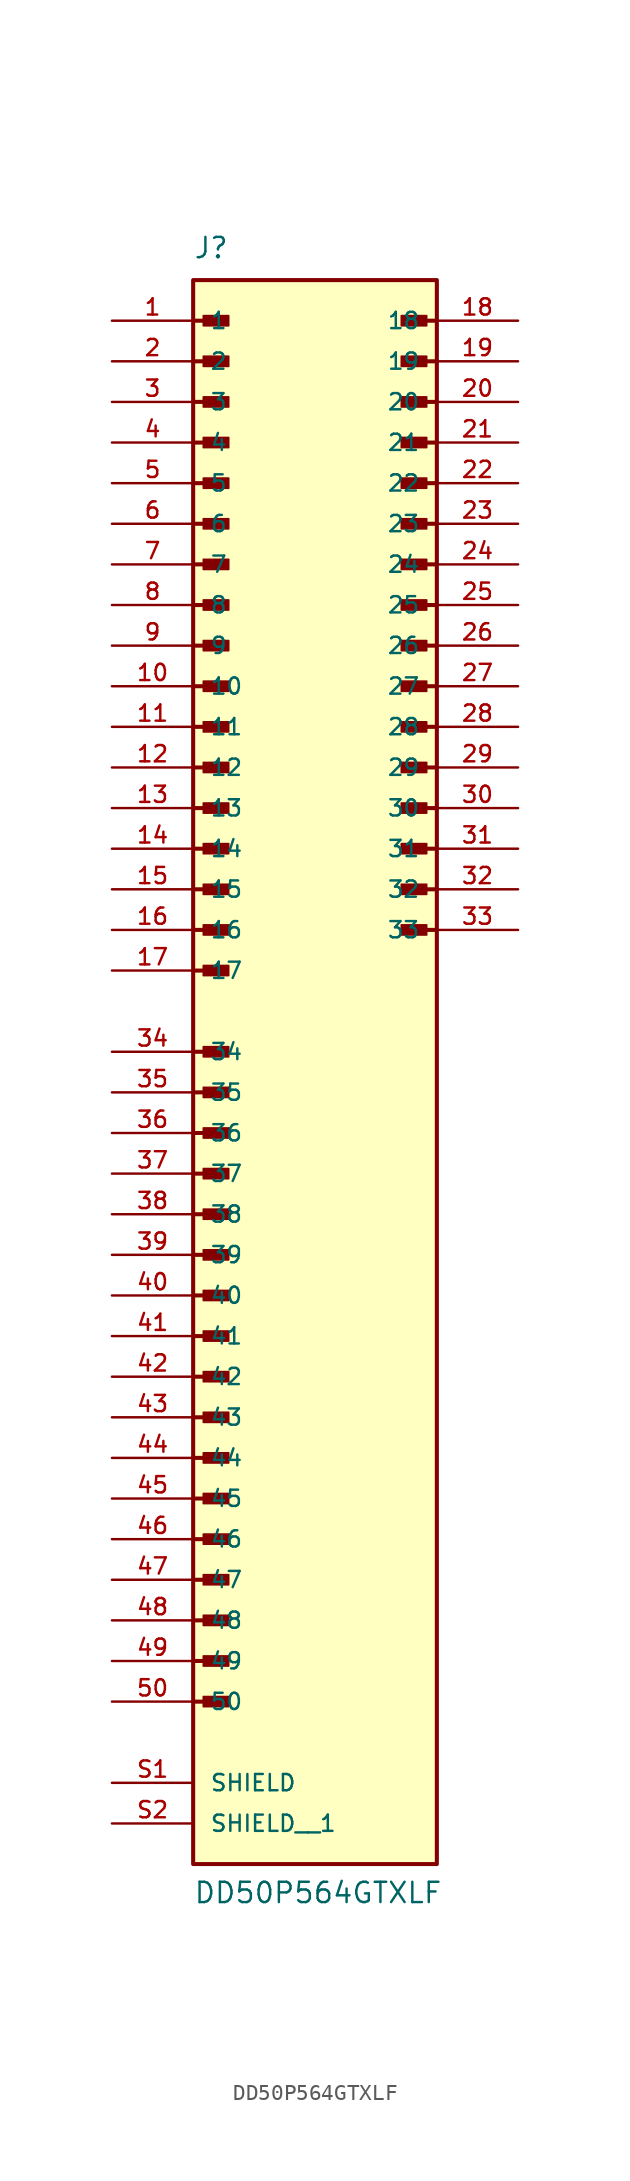
<source format=kicad_sym>
(kicad_symbol_lib
  (version 20231120)
  (generator "kicad_symbol_editor")
  (generator_version "8.0")
  (symbol "DD50P564GTXLF"
    (pin_names
      (offset 1.016))
    (property "Reference" "J"
      (at -7.62 49.53 0)
      (effects (font (size 1.27 1.27)) (justify left bottom)))
    (property "Value" "DD50P564GTXLF"
      (at -7.62 -53.34 0)
      (effects (font (size 1.27 1.27)) (justify left bottom)))
    (symbol "DD50P564GTXLF_0_0"
      (rectangle (start -7.62 -50.8) (end 7.62 48.26) (stroke (width 0.254) (type default)) (fill (type background)))
      (rectangle (start -6.985 -40.958) (end -5.397 -40.322) (stroke (width 0.1) (type default)) (fill (type outline)))
      (rectangle (start -6.985 -38.417) (end -5.397 -37.782) (stroke (width 0.1) (type default)) (fill (type outline)))
      (rectangle (start -6.985 -35.877) (end -5.397 -35.242) (stroke (width 0.1) (type default)) (fill (type outline)))
      (rectangle (start -6.985 -33.337) (end -5.397 -32.703) (stroke (width 0.1) (type default)) (fill (type outline)))
      (rectangle (start -6.985 -30.797) (end -5.397 -30.163) (stroke (width 0.1) (type default)) (fill (type outline)))
      (rectangle (start -6.985 -28.258) (end -5.397 -27.622) (stroke (width 0.1) (type default)) (fill (type outline)))
      (rectangle (start -6.985 -25.718) (end -5.397 -25.082) (stroke (width 0.1) (type default)) (fill (type outline)))
      (rectangle (start -6.985 -23.177) (end -5.397 -22.543) (stroke (width 0.1) (type default)) (fill (type outline)))
      (rectangle (start -6.985 -20.637) (end -5.397 -20.003) (stroke (width 0.1) (type default)) (fill (type outline)))
      (rectangle (start -6.985 -18.098) (end -5.397 -17.462) (stroke (width 0.1) (type default)) (fill (type outline)))
      (rectangle (start -6.985 -15.557) (end -5.397 -14.922) (stroke (width 0.1) (type default)) (fill (type outline)))
      (rectangle (start -6.985 -13.018) (end -5.397 -12.383) (stroke (width 0.1) (type default)) (fill (type outline)))
      (rectangle (start -6.985 -10.477) (end -5.397 -9.842) (stroke (width 0.1) (type default)) (fill (type outline)))
      (rectangle (start -6.985 -7.938) (end -5.397 -7.303) (stroke (width 0.1) (type default)) (fill (type outline)))
      (rectangle (start -6.985 -5.397) (end -5.397 -4.763) (stroke (width 0.1) (type default)) (fill (type outline)))
      (rectangle (start -6.985 -2.857) (end -5.397 -2.223) (stroke (width 0.1) (type default)) (fill (type outline)))
      (rectangle (start -6.985 -0.318) (end -5.397 0.318) (stroke (width 0.1) (type default)) (fill (type outline)))
      (rectangle (start -6.985 4.763) (end -5.397 5.397) (stroke (width 0.1) (type default)) (fill (type outline)))
      (rectangle (start -6.985 7.303) (end -5.397 7.938) (stroke (width 0.1) (type default)) (fill (type outline)))
      (rectangle (start -6.985 9.842) (end -5.397 10.477) (stroke (width 0.1) (type default)) (fill (type outline)))
      (rectangle (start -6.985 12.383) (end -5.397 13.018) (stroke (width 0.1) (type default)) (fill (type outline)))
      (rectangle (start -6.985 14.922) (end -5.397 15.557) (stroke (width 0.1) (type default)) (fill (type outline)))
      (rectangle (start -6.985 17.462) (end -5.397 18.098) (stroke (width 0.1) (type default)) (fill (type outline)))
      (rectangle (start -6.985 20.003) (end -5.397 20.637) (stroke (width 0.1) (type default)) (fill (type outline)))
      (rectangle (start -6.985 22.543) (end -5.397 23.177) (stroke (width 0.1) (type default)) (fill (type outline)))
      (rectangle (start -6.985 25.082) (end -5.397 25.718) (stroke (width 0.1) (type default)) (fill (type outline)))
      (rectangle (start -6.985 27.622) (end -5.397 28.258) (stroke (width 0.1) (type default)) (fill (type outline)))
      (rectangle (start -6.985 30.163) (end -5.397 30.797) (stroke (width 0.1) (type default)) (fill (type outline)))
      (rectangle (start -6.985 32.703) (end -5.397 33.337) (stroke (width 0.1) (type default)) (fill (type outline)))
      (rectangle (start -6.985 35.242) (end -5.397 35.877) (stroke (width 0.1) (type default)) (fill (type outline)))
      (rectangle (start -6.985 37.782) (end -5.397 38.417) (stroke (width 0.1) (type default)) (fill (type outline)))
      (rectangle (start -6.985 40.322) (end -5.397 40.958) (stroke (width 0.1) (type default)) (fill (type outline)))
      (rectangle (start -6.985 42.862) (end -5.397 43.498) (stroke (width 0.1) (type default)) (fill (type outline)))
      (rectangle (start -6.985 45.403) (end -5.397 46.038) (stroke (width 0.1) (type default)) (fill (type outline)))
      (polyline (pts (xy -7.62 -40.64) (xy -5.715 -40.64)) (stroke (width 0.254) (type default)) (fill (type none)))
      (polyline (pts (xy -7.62 -38.1) (xy -5.715 -38.1)) (stroke (width 0.254) (type default)) (fill (type none)))
      (polyline (pts (xy -7.62 -35.56) (xy -5.715 -35.56)) (stroke (width 0.254) (type default)) (fill (type none)))
      (polyline (pts (xy -7.62 -33.02) (xy -5.715 -33.02)) (stroke (width 0.254) (type default)) (fill (type none)))
      (polyline (pts (xy -7.62 -30.48) (xy -5.715 -30.48)) (stroke (width 0.254) (type default)) (fill (type none)))
      (polyline (pts (xy -7.62 -27.94) (xy -5.715 -27.94)) (stroke (width 0.254) (type default)) (fill (type none)))
      (polyline (pts (xy -7.62 -25.4) (xy -5.715 -25.4)) (stroke (width 0.254) (type default)) (fill (type none)))
      (polyline (pts (xy -7.62 -22.86) (xy -5.715 -22.86)) (stroke (width 0.254) (type default)) (fill (type none)))
      (polyline (pts (xy -7.62 -20.32) (xy -5.715 -20.32)) (stroke (width 0.254) (type default)) (fill (type none)))
      (polyline (pts (xy -7.62 -17.78) (xy -5.715 -17.78)) (stroke (width 0.254) (type default)) (fill (type none)))
      (polyline (pts (xy -7.62 -15.24) (xy -5.715 -15.24)) (stroke (width 0.254) (type default)) (fill (type none)))
      (polyline (pts (xy -7.62 -12.7) (xy -5.715 -12.7)) (stroke (width 0.254) (type default)) (fill (type none)))
      (polyline (pts (xy -7.62 -10.16) (xy -5.715 -10.16)) (stroke (width 0.254) (type default)) (fill (type none)))
      (polyline (pts (xy -7.62 -7.62) (xy -5.715 -7.62)) (stroke (width 0.254) (type default)) (fill (type none)))
      (polyline (pts (xy -7.62 -5.08) (xy -5.715 -5.08)) (stroke (width 0.254) (type default)) (fill (type none)))
      (polyline (pts (xy -7.62 -2.54) (xy -5.715 -2.54)) (stroke (width 0.254) (type default)) (fill (type none)))
      (polyline (pts (xy -7.62 0) (xy -5.715 0)) (stroke (width 0.254) (type default)) (fill (type none)))
      (polyline (pts (xy -7.62 5.08) (xy -5.715 5.08)) (stroke (width 0.254) (type default)) (fill (type none)))
      (polyline (pts (xy -7.62 7.62) (xy -5.715 7.62)) (stroke (width 0.254) (type default)) (fill (type none)))
      (polyline (pts (xy -7.62 10.16) (xy -5.715 10.16)) (stroke (width 0.254) (type default)) (fill (type none)))
      (polyline (pts (xy -7.62 12.7) (xy -5.715 12.7)) (stroke (width 0.254) (type default)) (fill (type none)))
      (polyline (pts (xy -7.62 15.24) (xy -5.715 15.24)) (stroke (width 0.254) (type default)) (fill (type none)))
      (polyline (pts (xy -7.62 17.78) (xy -5.715 17.78)) (stroke (width 0.254) (type default)) (fill (type none)))
      (polyline (pts (xy -7.62 20.32) (xy -5.715 20.32)) (stroke (width 0.254) (type default)) (fill (type none)))
      (polyline (pts (xy -7.62 22.86) (xy -5.715 22.86)) (stroke (width 0.254) (type default)) (fill (type none)))
      (polyline (pts (xy -7.62 25.4) (xy -5.715 25.4)) (stroke (width 0.254) (type default)) (fill (type none)))
      (polyline (pts (xy -7.62 27.94) (xy -5.715 27.94)) (stroke (width 0.254) (type default)) (fill (type none)))
      (polyline (pts (xy -7.62 30.48) (xy -5.715 30.48)) (stroke (width 0.254) (type default)) (fill (type none)))
      (polyline (pts (xy -7.62 33.02) (xy -5.715 33.02)) (stroke (width 0.254) (type default)) (fill (type none)))
      (polyline (pts (xy -7.62 35.56) (xy -5.715 35.56)) (stroke (width 0.254) (type default)) (fill (type none)))
      (polyline (pts (xy -7.62 38.1) (xy -5.715 38.1)) (stroke (width 0.254) (type default)) (fill (type none)))
      (polyline (pts (xy -7.62 40.64) (xy -5.715 40.64)) (stroke (width 0.254) (type default)) (fill (type none)))
      (polyline (pts (xy -7.62 43.18) (xy -5.715 43.18)) (stroke (width 0.254) (type default)) (fill (type none)))
      (polyline (pts (xy -7.62 45.72) (xy -5.715 45.72)) (stroke (width 0.254) (type default)) (fill (type none)))
      (polyline (pts (xy 7.62 7.62) (xy 5.715 7.62)) (stroke (width 0.254) (type default)) (fill (type none)))
      (polyline (pts (xy 7.62 10.16) (xy 5.715 10.16)) (stroke (width 0.254) (type default)) (fill (type none)))
      (polyline (pts (xy 7.62 12.7) (xy 5.715 12.7)) (stroke (width 0.254) (type default)) (fill (type none)))
      (polyline (pts (xy 7.62 15.24) (xy 5.715 15.24)) (stroke (width 0.254) (type default)) (fill (type none)))
      (polyline (pts (xy 7.62 17.78) (xy 5.715 17.78)) (stroke (width 0.254) (type default)) (fill (type none)))
      (polyline (pts (xy 7.62 20.32) (xy 5.715 20.32)) (stroke (width 0.254) (type default)) (fill (type none)))
      (polyline (pts (xy 7.62 22.86) (xy 5.715 22.86)) (stroke (width 0.254) (type default)) (fill (type none)))
      (polyline (pts (xy 7.62 25.4) (xy 5.715 25.4)) (stroke (width 0.254) (type default)) (fill (type none)))
      (polyline (pts (xy 7.62 27.94) (xy 5.715 27.94)) (stroke (width 0.254) (type default)) (fill (type none)))
      (polyline (pts (xy 7.62 30.48) (xy 5.715 30.48)) (stroke (width 0.254) (type default)) (fill (type none)))
      (polyline (pts (xy 7.62 33.02) (xy 5.715 33.02)) (stroke (width 0.254) (type default)) (fill (type none)))
      (polyline (pts (xy 7.62 35.56) (xy 5.715 35.56)) (stroke (width 0.254) (type default)) (fill (type none)))
      (polyline (pts (xy 7.62 38.1) (xy 5.715 38.1)) (stroke (width 0.254) (type default)) (fill (type none)))
      (polyline (pts (xy 7.62 40.64) (xy 5.715 40.64)) (stroke (width 0.254) (type default)) (fill (type none)))
      (polyline (pts (xy 7.62 43.18) (xy 5.715 43.18)) (stroke (width 0.254) (type default)) (fill (type none)))
      (polyline (pts (xy 7.62 45.72) (xy 5.715 45.72)) (stroke (width 0.254) (type default)) (fill (type none)))
      (rectangle (start 5.397 7.303) (end 6.985 7.938) (stroke (width 0.1) (type default)) (fill (type outline)))
      (rectangle (start 5.397 9.842) (end 6.985 10.477) (stroke (width 0.1) (type default)) (fill (type outline)))
      (rectangle (start 5.397 12.383) (end 6.985 13.018) (stroke (width 0.1) (type default)) (fill (type outline)))
      (rectangle (start 5.397 14.922) (end 6.985 15.557) (stroke (width 0.1) (type default)) (fill (type outline)))
      (rectangle (start 5.397 17.462) (end 6.985 18.098) (stroke (width 0.1) (type default)) (fill (type outline)))
      (rectangle (start 5.397 20.003) (end 6.985 20.637) (stroke (width 0.1) (type default)) (fill (type outline)))
      (rectangle (start 5.397 22.543) (end 6.985 23.177) (stroke (width 0.1) (type default)) (fill (type outline)))
      (rectangle (start 5.397 25.082) (end 6.985 25.718) (stroke (width 0.1) (type default)) (fill (type outline)))
      (rectangle (start 5.397 27.622) (end 6.985 28.258) (stroke (width 0.1) (type default)) (fill (type outline)))
      (rectangle (start 5.397 30.163) (end 6.985 30.797) (stroke (width 0.1) (type default)) (fill (type outline)))
      (rectangle (start 5.397 32.703) (end 6.985 33.337) (stroke (width 0.1) (type default)) (fill (type outline)))
      (rectangle (start 5.397 35.242) (end 6.985 35.877) (stroke (width 0.1) (type default)) (fill (type outline)))
      (rectangle (start 5.397 37.782) (end 6.985 38.417) (stroke (width 0.1) (type default)) (fill (type outline)))
      (rectangle (start 5.397 40.322) (end 6.985 40.958) (stroke (width 0.1) (type default)) (fill (type outline)))
      (rectangle (start 5.397 42.862) (end 6.985 43.498) (stroke (width 0.1) (type default)) (fill (type outline)))
      (rectangle (start 5.397 45.403) (end 6.985 46.038) (stroke (width 0.1) (type default)) (fill (type outline)))
      (pin passive line (at -12.7 45.72 0) (length 5.08) (name "1" (effects (font (size 1.016 1.016)))) (number "1" (effects (font (size 1.016 1.016)))))
      (pin passive line (at -12.7 22.86 0) (length 5.08) (name "10" (effects (font (size 1.016 1.016)))) (number "10" (effects (font (size 1.016 1.016)))))
      (pin passive line (at -12.7 20.32 0) (length 5.08) (name "11" (effects (font (size 1.016 1.016)))) (number "11" (effects (font (size 1.016 1.016)))))
      (pin passive line (at -12.7 17.78 0) (length 5.08) (name "12" (effects (font (size 1.016 1.016)))) (number "12" (effects (font (size 1.016 1.016)))))
      (pin passive line (at -12.7 15.24 0) (length 5.08) (name "13" (effects (font (size 1.016 1.016)))) (number "13" (effects (font (size 1.016 1.016)))))
      (pin passive line (at -12.7 12.7 0) (length 5.08) (name "14" (effects (font (size 1.016 1.016)))) (number "14" (effects (font (size 1.016 1.016)))))
      (pin passive line (at -12.7 10.16 0) (length 5.08) (name "15" (effects (font (size 1.016 1.016)))) (number "15" (effects (font (size 1.016 1.016)))))
      (pin passive line (at -12.7 7.62 0) (length 5.08) (name "16" (effects (font (size 1.016 1.016)))) (number "16" (effects (font (size 1.016 1.016)))))
      (pin passive line (at -12.7 5.08 0) (length 5.08) (name "17" (effects (font (size 1.016 1.016)))) (number "17" (effects (font (size 1.016 1.016)))))
      (pin passive line (at 12.7 45.72 180) (length 5.08) (name "18" (effects (font (size 1.016 1.016)))) (number "18" (effects (font (size 1.016 1.016)))))
      (pin passive line (at 12.7 43.18 180) (length 5.08) (name "19" (effects (font (size 1.016 1.016)))) (number "19" (effects (font (size 1.016 1.016)))))
      (pin passive line (at -12.7 43.18 0) (length 5.08) (name "2" (effects (font (size 1.016 1.016)))) (number "2" (effects (font (size 1.016 1.016)))))
      (pin passive line (at 12.7 40.64 180) (length 5.08) (name "20" (effects (font (size 1.016 1.016)))) (number "20" (effects (font (size 1.016 1.016)))))
      (pin passive line (at 12.7 38.1 180) (length 5.08) (name "21" (effects (font (size 1.016 1.016)))) (number "21" (effects (font (size 1.016 1.016)))))
      (pin passive line (at 12.7 35.56 180) (length 5.08) (name "22" (effects (font (size 1.016 1.016)))) (number "22" (effects (font (size 1.016 1.016)))))
      (pin passive line (at 12.7 33.02 180) (length 5.08) (name "23" (effects (font (size 1.016 1.016)))) (number "23" (effects (font (size 1.016 1.016)))))
      (pin passive line (at 12.7 30.48 180) (length 5.08) (name "24" (effects (font (size 1.016 1.016)))) (number "24" (effects (font (size 1.016 1.016)))))
      (pin passive line (at 12.7 27.94 180) (length 5.08) (name "25" (effects (font (size 1.016 1.016)))) (number "25" (effects (font (size 1.016 1.016)))))
      (pin passive line (at 12.7 25.4 180) (length 5.08) (name "26" (effects (font (size 1.016 1.016)))) (number "26" (effects (font (size 1.016 1.016)))))
      (pin passive line (at 12.7 22.86 180) (length 5.08) (name "27" (effects (font (size 1.016 1.016)))) (number "27" (effects (font (size 1.016 1.016)))))
      (pin passive line (at 12.7 20.32 180) (length 5.08) (name "28" (effects (font (size 1.016 1.016)))) (number "28" (effects (font (size 1.016 1.016)))))
      (pin passive line (at 12.7 17.78 180) (length 5.08) (name "29" (effects (font (size 1.016 1.016)))) (number "29" (effects (font (size 1.016 1.016)))))
      (pin passive line (at -12.7 40.64 0) (length 5.08) (name "3" (effects (font (size 1.016 1.016)))) (number "3" (effects (font (size 1.016 1.016)))))
      (pin passive line (at 12.7 15.24 180) (length 5.08) (name "30" (effects (font (size 1.016 1.016)))) (number "30" (effects (font (size 1.016 1.016)))))
      (pin passive line (at 12.7 12.7 180) (length 5.08) (name "31" (effects (font (size 1.016 1.016)))) (number "31" (effects (font (size 1.016 1.016)))))
      (pin passive line (at 12.7 10.16 180) (length 5.08) (name "32" (effects (font (size 1.016 1.016)))) (number "32" (effects (font (size 1.016 1.016)))))
      (pin passive line (at 12.7 7.62 180) (length 5.08) (name "33" (effects (font (size 1.016 1.016)))) (number "33" (effects (font (size 1.016 1.016)))))
      (pin passive line (at -12.7 0 0) (length 5.08) (name "34" (effects (font (size 1.016 1.016)))) (number "34" (effects (font (size 1.016 1.016)))))
      (pin passive line (at -12.7 -2.54 0) (length 5.08) (name "35" (effects (font (size 1.016 1.016)))) (number "35" (effects (font (size 1.016 1.016)))))
      (pin passive line (at -12.7 -5.08 0) (length 5.08) (name "36" (effects (font (size 1.016 1.016)))) (number "36" (effects (font (size 1.016 1.016)))))
      (pin passive line (at -12.7 -7.62 0) (length 5.08) (name "37" (effects (font (size 1.016 1.016)))) (number "37" (effects (font (size 1.016 1.016)))))
      (pin passive line (at -12.7 -10.16 0) (length 5.08) (name "38" (effects (font (size 1.016 1.016)))) (number "38" (effects (font (size 1.016 1.016)))))
      (pin passive line (at -12.7 -12.7 0) (length 5.08) (name "39" (effects (font (size 1.016 1.016)))) (number "39" (effects (font (size 1.016 1.016)))))
      (pin passive line (at -12.7 38.1 0) (length 5.08) (name "4" (effects (font (size 1.016 1.016)))) (number "4" (effects (font (size 1.016 1.016)))))
      (pin passive line (at -12.7 -15.24 0) (length 5.08) (name "40" (effects (font (size 1.016 1.016)))) (number "40" (effects (font (size 1.016 1.016)))))
      (pin passive line (at -12.7 -17.78 0) (length 5.08) (name "41" (effects (font (size 1.016 1.016)))) (number "41" (effects (font (size 1.016 1.016)))))
      (pin passive line (at -12.7 -20.32 0) (length 5.08) (name "42" (effects (font (size 1.016 1.016)))) (number "42" (effects (font (size 1.016 1.016)))))
      (pin passive line (at -12.7 -22.86 0) (length 5.08) (name "43" (effects (font (size 1.016 1.016)))) (number "43" (effects (font (size 1.016 1.016)))))
      (pin passive line (at -12.7 -25.4 0) (length 5.08) (name "44" (effects (font (size 1.016 1.016)))) (number "44" (effects (font (size 1.016 1.016)))))
      (pin passive line (at -12.7 -27.94 0) (length 5.08) (name "45" (effects (font (size 1.016 1.016)))) (number "45" (effects (font (size 1.016 1.016)))))
      (pin passive line (at -12.7 -30.48 0) (length 5.08) (name "46" (effects (font (size 1.016 1.016)))) (number "46" (effects (font (size 1.016 1.016)))))
      (pin passive line (at -12.7 -33.02 0) (length 5.08) (name "47" (effects (font (size 1.016 1.016)))) (number "47" (effects (font (size 1.016 1.016)))))
      (pin passive line (at -12.7 -35.56 0) (length 5.08) (name "48" (effects (font (size 1.016 1.016)))) (number "48" (effects (font (size 1.016 1.016)))))
      (pin passive line (at -12.7 -38.1 0) (length 5.08) (name "49" (effects (font (size 1.016 1.016)))) (number "49" (effects (font (size 1.016 1.016)))))
      (pin passive line (at -12.7 35.56 0) (length 5.08) (name "5" (effects (font (size 1.016 1.016)))) (number "5" (effects (font (size 1.016 1.016)))))
      (pin passive line (at -12.7 -40.64 0) (length 5.08) (name "50" (effects (font (size 1.016 1.016)))) (number "50" (effects (font (size 1.016 1.016)))))
      (pin passive line (at -12.7 33.02 0) (length 5.08) (name "6" (effects (font (size 1.016 1.016)))) (number "6" (effects (font (size 1.016 1.016)))))
      (pin passive line (at -12.7 30.48 0) (length 5.08) (name "7" (effects (font (size 1.016 1.016)))) (number "7" (effects (font (size 1.016 1.016)))))
      (pin passive line (at -12.7 27.94 0) (length 5.08) (name "8" (effects (font (size 1.016 1.016)))) (number "8" (effects (font (size 1.016 1.016)))))
      (pin passive line (at -12.7 25.4 0) (length 5.08) (name "9" (effects (font (size 1.016 1.016)))) (number "9" (effects (font (size 1.016 1.016)))))
      (pin passive line (at -12.7 -45.72 0) (length 5.08) (name "SHIELD" (effects (font (size 1.016 1.016)))) (number "S1" (effects (font (size 1.016 1.016)))))
      (pin passive line (at -12.7 -48.26 0) (length 5.08) (name "SHIELD__1" (effects (font (size 1.016 1.016)))) (number "S2" (effects (font (size 1.016 1.016))))))))
</source>
